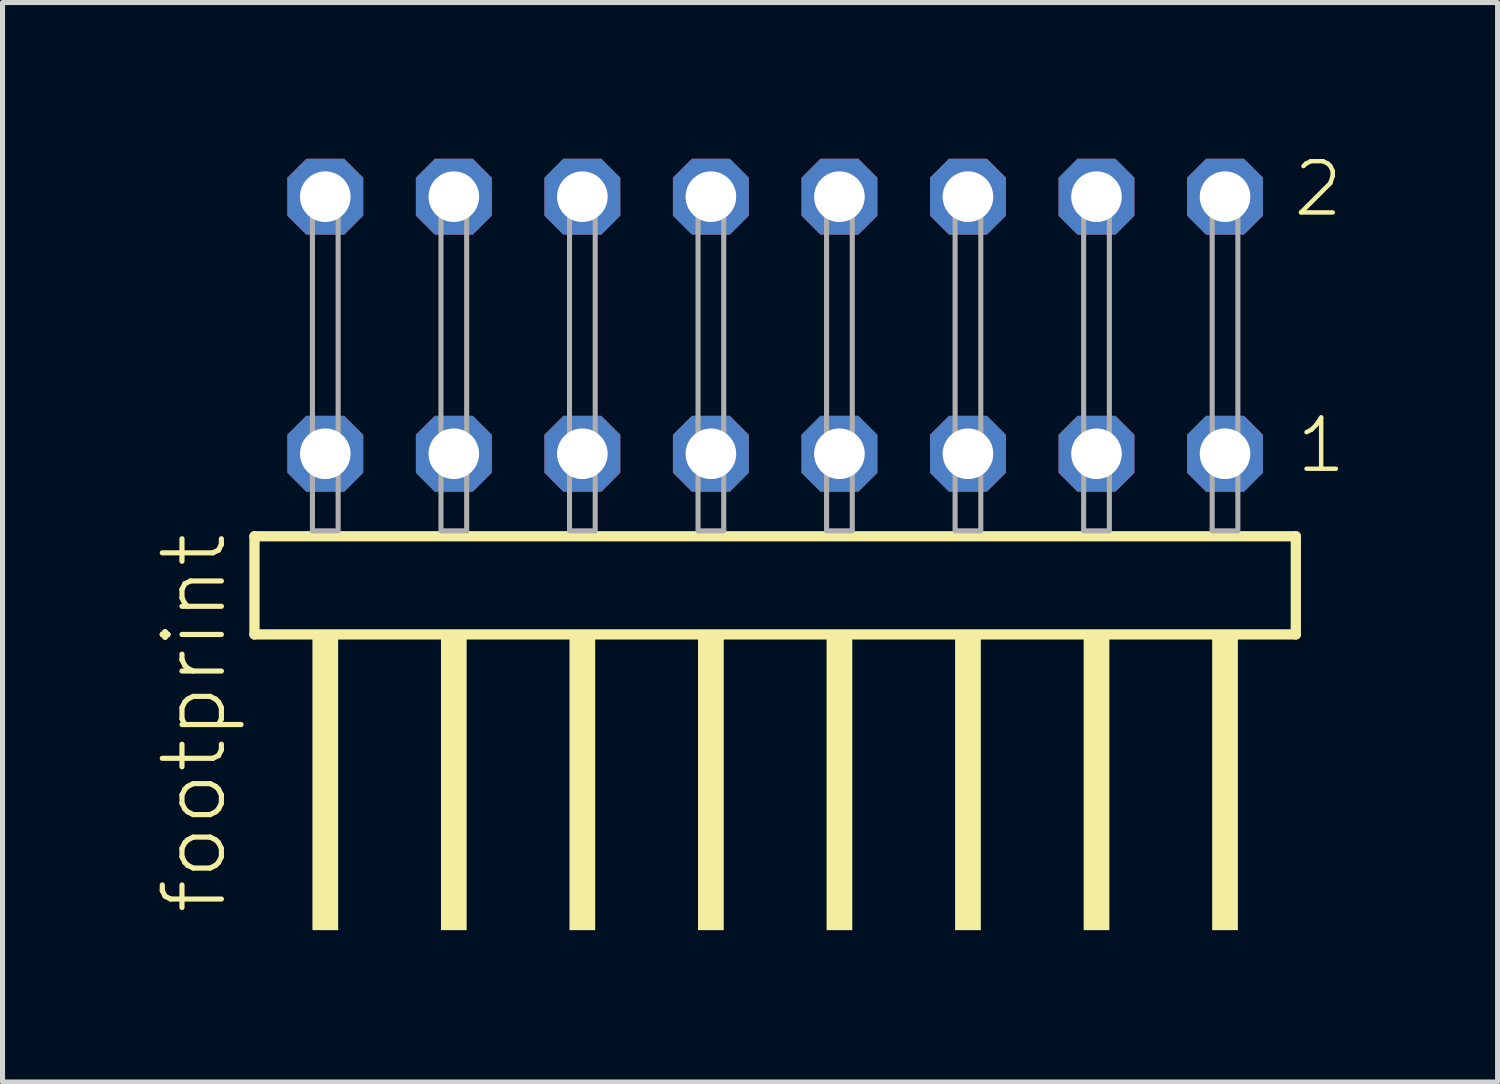
<source format=kicad_pcb>
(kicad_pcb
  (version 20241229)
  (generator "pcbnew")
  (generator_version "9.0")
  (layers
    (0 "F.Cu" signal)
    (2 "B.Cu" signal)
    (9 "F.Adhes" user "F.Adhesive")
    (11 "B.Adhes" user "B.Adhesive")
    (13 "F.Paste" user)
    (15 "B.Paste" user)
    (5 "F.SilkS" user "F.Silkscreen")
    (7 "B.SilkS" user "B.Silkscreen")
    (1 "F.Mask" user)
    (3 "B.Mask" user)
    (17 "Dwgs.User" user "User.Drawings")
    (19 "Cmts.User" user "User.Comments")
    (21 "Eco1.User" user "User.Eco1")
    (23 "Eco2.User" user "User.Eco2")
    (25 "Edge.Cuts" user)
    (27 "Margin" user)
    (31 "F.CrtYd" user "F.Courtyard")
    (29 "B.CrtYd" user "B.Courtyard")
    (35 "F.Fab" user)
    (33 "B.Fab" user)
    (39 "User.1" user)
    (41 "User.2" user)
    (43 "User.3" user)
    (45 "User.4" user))
  (footprint "footprint"
    (layer "F.Cu")
    (at 12.268 7.441)
    (property "Reference" "footprint" (at -10.795 7.62 90) (layer "F.SilkS") (effects (font (size 1.168 1.168) (thickness 0.102)) (justify left bottom)))
    (fp_line (start -10.289 0.106) (end -10.289 2.046) (stroke (width 0.203) (type solid)) (layer "F.SilkS"))
    (fp_line (start -10.289 2.046) (end 10.289 2.046) (stroke (width 0.203) (type solid)) (layer "F.SilkS"))
    (fp_line (start 10.289 0.106) (end -10.289 0.106) (stroke (width 0.203) (type solid)) (layer "F.SilkS"))
    (fp_line (start 10.289 2.046) (end 10.289 0.106) (stroke (width 0.203) (type solid)) (layer "F.SilkS"))
    (fp_poly (pts (xy -9.144 7.89) (xy -8.636 7.89) (xy -8.636 2.04) (xy -9.144 2.04)) (stroke (width 0) (type solid)) (fill yes) (layer "F.SilkS"))
    (fp_poly (pts (xy -6.604 7.89) (xy -6.096 7.89) (xy -6.096 2.04) (xy -6.604 2.04)) (stroke (width 0) (type solid)) (fill yes) (layer "F.SilkS"))
    (fp_poly (pts (xy -4.064 7.89) (xy -3.556 7.89) (xy -3.556 2.04) (xy -4.064 2.04)) (stroke (width 0) (type solid)) (fill yes) (layer "F.SilkS"))
    (fp_poly (pts (xy -1.524 7.89) (xy -1.016 7.89) (xy -1.016 2.04) (xy -1.524 2.04)) (stroke (width 0) (type solid)) (fill yes) (layer "F.SilkS"))
    (fp_poly (pts (xy 1.016 7.89) (xy 1.524 7.89) (xy 1.524 2.04) (xy 1.016 2.04)) (stroke (width 0) (type solid)) (fill yes) (layer "F.SilkS"))
    (fp_poly (pts (xy 3.556 7.89) (xy 4.064 7.89) (xy 4.064 2.04) (xy 3.556 2.04)) (stroke (width 0) (type solid)) (fill yes) (layer "F.SilkS"))
    (fp_poly (pts (xy 6.096 7.89) (xy 6.604 7.89) (xy 6.604 2.04) (xy 6.096 2.04)) (stroke (width 0) (type solid)) (fill yes) (layer "F.SilkS"))
    (fp_poly (pts (xy 8.636 7.89) (xy 9.144 7.89) (xy 9.144 2.04) (xy 8.636 2.04)) (stroke (width 0) (type solid)) (fill yes) (layer "F.SilkS"))
    (fp_poly (pts (xy -9.144 0) (xy -8.636 0) (xy -8.636 -6.858) (xy -9.144 -6.858)) (stroke (width 0.1) (type solid)) (fill no) (layer "F.Fab"))
    (fp_poly (pts (xy -6.604 0) (xy -6.096 0) (xy -6.096 -6.858) (xy -6.604 -6.858)) (stroke (width 0.1) (type solid)) (fill no) (layer "F.Fab"))
    (fp_poly (pts (xy -4.064 0) (xy -3.556 0) (xy -3.556 -6.858) (xy -4.064 -6.858)) (stroke (width 0.1) (type solid)) (fill no) (layer "F.Fab"))
    (fp_poly (pts (xy -1.524 0) (xy -1.016 0) (xy -1.016 -6.858) (xy -1.524 -6.858)) (stroke (width 0.1) (type solid)) (fill no) (layer "F.Fab"))
    (fp_poly (pts (xy 1.016 0) (xy 1.524 0) (xy 1.524 -6.858) (xy 1.016 -6.858)) (stroke (width 0.1) (type solid)) (fill no) (layer "F.Fab"))
    (fp_poly (pts (xy 3.556 0) (xy 4.064 0) (xy 4.064 -6.858) (xy 3.556 -6.858)) (stroke (width 0.1) (type solid)) (fill no) (layer "F.Fab"))
    (fp_poly (pts (xy 6.096 0) (xy 6.604 0) (xy 6.604 -6.858) (xy 6.096 -6.858)) (stroke (width 0.1) (type solid)) (fill no) (layer "F.Fab"))
    (fp_poly (pts (xy 8.636 0) (xy 9.144 0) (xy 9.144 -6.858) (xy 8.636 -6.858)) (stroke (width 0.1) (type solid)) (fill no) (layer "F.Fab"))
    (fp_text user "2" (at 10.19 -6.165 0) (layer "F.SilkS") (effects (font (size 1.012 1.012) (thickness 0.088)) (justify left bottom)))
    (fp_text user "1" (at 10.25 -1.1 0) (layer "F.SilkS") (effects (font (size 1.012 1.012) (thickness 0.088)) (justify left bottom)))
    (pad "1" thru_hole roundrect (at 8.89 -1.524 180) (size 1.5 1.5) (drill 1) (layers "*.Cu" "*.Mask") (roundrect_rratio 0.25) (chamfer_ratio 0.25) (chamfer top_left top_right bottom_left bottom_right))
    (pad "2" thru_hole roundrect (at 8.89 -6.604 180) (size 1.5 1.5) (drill 1) (layers "*.Cu" "*.Mask") (roundrect_rratio 0.25) (chamfer_ratio 0.25) (chamfer top_left top_right bottom_left bottom_right))
    (pad "3" thru_hole roundrect (at 6.35 -1.524 180) (size 1.5 1.5) (drill 1) (layers "*.Cu" "*.Mask") (roundrect_rratio 0.25) (chamfer_ratio 0.25) (chamfer top_left top_right bottom_left bottom_right))
    (pad "4" thru_hole roundrect (at 6.35 -6.604 180) (size 1.5 1.5) (drill 1) (layers "*.Cu" "*.Mask") (roundrect_rratio 0.25) (chamfer_ratio 0.25) (chamfer top_left top_right bottom_left bottom_right))
    (pad "5" thru_hole roundrect (at 3.81 -1.524 180) (size 1.5 1.5) (drill 1) (layers "*.Cu" "*.Mask") (roundrect_rratio 0.25) (chamfer_ratio 0.25) (chamfer top_left top_right bottom_left bottom_right))
    (pad "6" thru_hole roundrect (at 3.81 -6.604 180) (size 1.5 1.5) (drill 1) (layers "*.Cu" "*.Mask") (roundrect_rratio 0.25) (chamfer_ratio 0.25) (chamfer top_left top_right bottom_left bottom_right))
    (pad "7" thru_hole roundrect (at 1.27 -1.524 180) (size 1.5 1.5) (drill 1) (layers "*.Cu" "*.Mask") (roundrect_rratio 0.25) (chamfer_ratio 0.25) (chamfer top_left top_right bottom_left bottom_right))
    (pad "8" thru_hole roundrect (at 1.27 -6.604 180) (size 1.5 1.5) (drill 1) (layers "*.Cu" "*.Mask") (roundrect_rratio 0.25) (chamfer_ratio 0.25) (chamfer top_left top_right bottom_left bottom_right))
    (pad "9" thru_hole roundrect (at -1.27 -1.524 180) (size 1.5 1.5) (drill 1) (layers "*.Cu" "*.Mask") (roundrect_rratio 0.25) (chamfer_ratio 0.25) (chamfer top_left top_right bottom_left bottom_right))
    (pad "10" thru_hole roundrect (at -1.27 -6.604 180) (size 1.5 1.5) (drill 1) (layers "*.Cu" "*.Mask") (roundrect_rratio 0.25) (chamfer_ratio 0.25) (chamfer top_left top_right bottom_left bottom_right))
    (pad "11" thru_hole roundrect (at -3.81 -1.524 180) (size 1.5 1.5) (drill 1) (layers "*.Cu" "*.Mask") (roundrect_rratio 0.25) (chamfer_ratio 0.25) (chamfer top_left top_right bottom_left bottom_right))
    (pad "12" thru_hole roundrect (at -3.81 -6.604 180) (size 1.5 1.5) (drill 1) (layers "*.Cu" "*.Mask") (roundrect_rratio 0.25) (chamfer_ratio 0.25) (chamfer top_left top_right bottom_left bottom_right))
    (pad "13" thru_hole roundrect (at -6.35 -1.524 180) (size 1.5 1.5) (drill 1) (layers "*.Cu" "*.Mask") (roundrect_rratio 0.25) (chamfer_ratio 0.25) (chamfer top_left top_right bottom_left bottom_right))
    (pad "14" thru_hole roundrect (at -6.35 -6.604 180) (size 1.5 1.5) (drill 1) (layers "*.Cu" "*.Mask") (roundrect_rratio 0.25) (chamfer_ratio 0.25) (chamfer top_left top_right bottom_left bottom_right))
    (pad "15" thru_hole roundrect (at -8.89 -1.524 180) (size 1.5 1.5) (drill 1) (layers "*.Cu" "*.Mask") (roundrect_rratio 0.25) (chamfer_ratio 0.25) (chamfer top_left top_right bottom_left bottom_right))
    (pad "16" thru_hole roundrect (at -8.89 -6.604 180) (size 1.5 1.5) (drill 1) (layers "*.Cu" "*.Mask") (roundrect_rratio 0.25) (chamfer_ratio 0.25) (chamfer top_left top_right bottom_left bottom_right)))
  (gr_rect
    (start -3 -3)
    (end 26.544 18.331)
    (stroke (width 0.1) (type default))
    (fill no)
    (layer "Edge.Cuts")))
</source>
